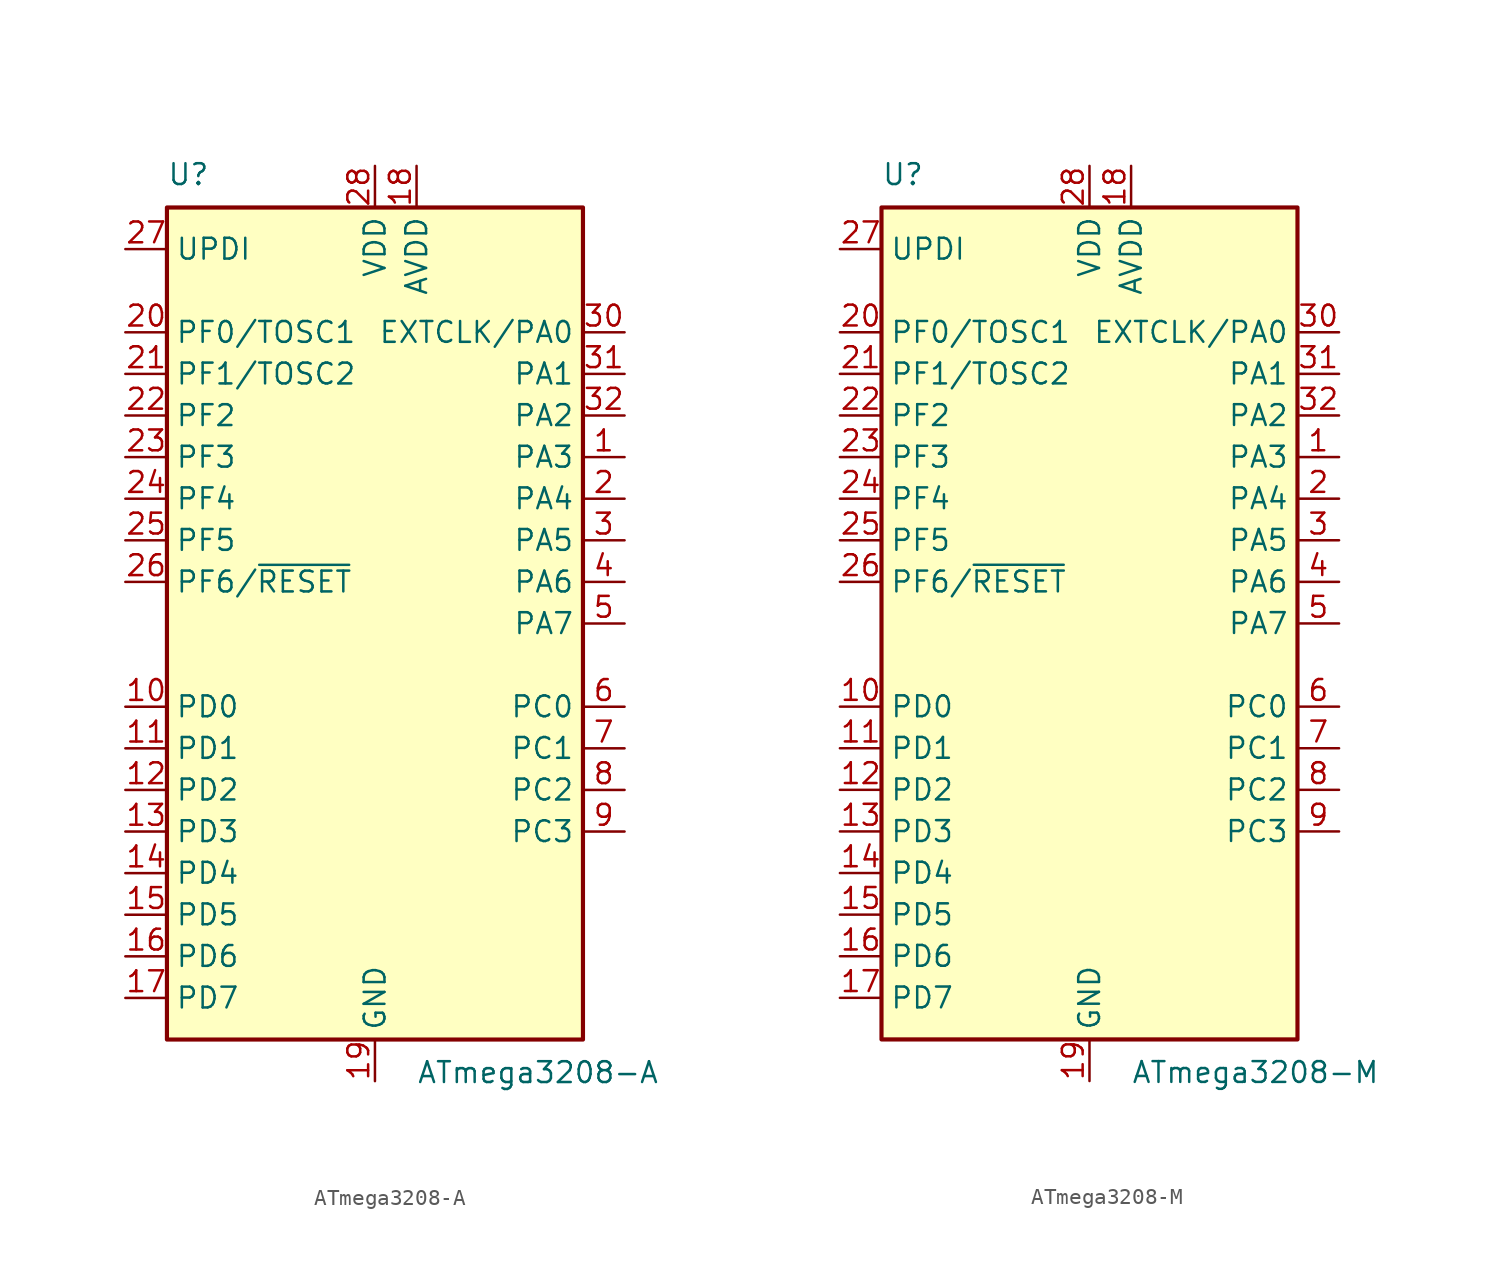
<source format=kicad_sym>
(kicad_symbol_lib
  (version 20201005)
  (generator kicad_symbol_editor)
  (symbol "MCU_Microchip_ATmega:ATmega3208-A"
    (property "Reference" "U"
      (at -12.7 26.67 0)
      (effects (font (size 1.27 1.27)) (justify left bottom)))
    (property "Value" "ATmega3208-A"
      (at 2.54 -26.67 0)
      (effects (font (size 1.27 1.27)) (justify left top)))
    (symbol "ATmega3208-A_0_1"
      (rectangle (start -12.7 -25.4) (end 12.7 25.4) (stroke (width 0.254)) (fill (type background))))
    (symbol "ATmega3208-A_1_1"
      (pin bidirectional line (at 15.24 10.16 180) (length 2.54) (name "PA3" (effects (font (size 1.27 1.27)))) (number "1" (effects (font (size 1.27 1.27)))))
      (pin bidirectional line (at -15.24 -5.08 0) (length 2.54) (name "PD0" (effects (font (size 1.27 1.27)))) (number "10" (effects (font (size 1.27 1.27)))))
      (pin bidirectional line (at -15.24 -7.62 0) (length 2.54) (name "PD1" (effects (font (size 1.27 1.27)))) (number "11" (effects (font (size 1.27 1.27)))))
      (pin bidirectional line (at -15.24 -10.16 0) (length 2.54) (name "PD2" (effects (font (size 1.27 1.27)))) (number "12" (effects (font (size 1.27 1.27)))))
      (pin bidirectional line (at -15.24 -12.7 0) (length 2.54) (name "PD3" (effects (font (size 1.27 1.27)))) (number "13" (effects (font (size 1.27 1.27)))))
      (pin bidirectional line (at -15.24 -15.24 0) (length 2.54) (name "PD4" (effects (font (size 1.27 1.27)))) (number "14" (effects (font (size 1.27 1.27)))))
      (pin bidirectional line (at -15.24 -17.78 0) (length 2.54) (name "PD5" (effects (font (size 1.27 1.27)))) (number "15" (effects (font (size 1.27 1.27)))))
      (pin bidirectional line (at -15.24 -20.32 0) (length 2.54) (name "PD6" (effects (font (size 1.27 1.27)))) (number "16" (effects (font (size 1.27 1.27)))))
      (pin bidirectional line (at -15.24 -22.86 0) (length 2.54) (name "PD7" (effects (font (size 1.27 1.27)))) (number "17" (effects (font (size 1.27 1.27)))))
      (pin power_in line (at 2.54 27.94 270) (length 2.54) (name "AVDD" (effects (font (size 1.27 1.27)))) (number "18" (effects (font (size 1.27 1.27)))))
      (pin power_in line (at 0 -27.94 90) (length 2.54) (name "GND" (effects (font (size 1.27 1.27)))) (number "19" (effects (font (size 1.27 1.27)))))
      (pin bidirectional line (at 15.24 7.62 180) (length 2.54) (name "PA4" (effects (font (size 1.27 1.27)))) (number "2" (effects (font (size 1.27 1.27)))))
      (pin bidirectional line (at -15.24 17.78 0) (length 2.54) (name "PF0/TOSC1" (effects (font (size 1.27 1.27)))) (number "20" (effects (font (size 1.27 1.27)))))
      (pin bidirectional line (at -15.24 15.24 0) (length 2.54) (name "PF1/TOSC2" (effects (font (size 1.27 1.27)))) (number "21" (effects (font (size 1.27 1.27)))))
      (pin bidirectional line (at -15.24 12.7 0) (length 2.54) (name "PF2" (effects (font (size 1.27 1.27)))) (number "22" (effects (font (size 1.27 1.27)))))
      (pin bidirectional line (at -15.24 10.16 0) (length 2.54) (name "PF3" (effects (font (size 1.27 1.27)))) (number "23" (effects (font (size 1.27 1.27)))))
      (pin bidirectional line (at -15.24 7.62 0) (length 2.54) (name "PF4" (effects (font (size 1.27 1.27)))) (number "24" (effects (font (size 1.27 1.27)))))
      (pin bidirectional line (at -15.24 5.08 0) (length 2.54) (name "PF5" (effects (font (size 1.27 1.27)))) (number "25" (effects (font (size 1.27 1.27)))))
      (pin bidirectional line (at -15.24 2.54 0) (length 2.54) (name "PF6/~RESET" (effects (font (size 1.27 1.27)))) (number "26" (effects (font (size 1.27 1.27)))))
      (pin bidirectional line (at -15.24 22.86 0) (length 2.54) (name "UPDI" (effects (font (size 1.27 1.27)))) (number "27" (effects (font (size 1.27 1.27)))))
      (pin power_in line (at 0 27.94 270) (length 2.54) (name "VDD" (effects (font (size 1.27 1.27)))) (number "28" (effects (font (size 1.27 1.27)))))
      (pin passive line (at 0 -27.94 90) (length 2.54) hide (name "GND" (effects (font (size 1.27 1.27)))) (number "29" (effects (font (size 1.27 1.27)))))
      (pin bidirectional line (at 15.24 5.08 180) (length 2.54) (name "PA5" (effects (font (size 1.27 1.27)))) (number "3" (effects (font (size 1.27 1.27)))))
      (pin bidirectional line (at 15.24 17.78 180) (length 2.54) (name "EXTCLK/PA0" (effects (font (size 1.27 1.27)))) (number "30" (effects (font (size 1.27 1.27)))))
      (pin bidirectional line (at 15.24 15.24 180) (length 2.54) (name "PA1" (effects (font (size 1.27 1.27)))) (number "31" (effects (font (size 1.27 1.27)))))
      (pin bidirectional line (at 15.24 12.7 180) (length 2.54) (name "PA2" (effects (font (size 1.27 1.27)))) (number "32" (effects (font (size 1.27 1.27)))))
      (pin bidirectional line (at 15.24 2.54 180) (length 2.54) (name "PA6" (effects (font (size 1.27 1.27)))) (number "4" (effects (font (size 1.27 1.27)))))
      (pin bidirectional line (at 15.24 0 180) (length 2.54) (name "PA7" (effects (font (size 1.27 1.27)))) (number "5" (effects (font (size 1.27 1.27)))))
      (pin bidirectional line (at 15.24 -5.08 180) (length 2.54) (name "PC0" (effects (font (size 1.27 1.27)))) (number "6" (effects (font (size 1.27 1.27)))))
      (pin bidirectional line (at 15.24 -7.62 180) (length 2.54) (name "PC1" (effects (font (size 1.27 1.27)))) (number "7" (effects (font (size 1.27 1.27)))))
      (pin bidirectional line (at 15.24 -10.16 180) (length 2.54) (name "PC2" (effects (font (size 1.27 1.27)))) (number "8" (effects (font (size 1.27 1.27)))))
      (pin bidirectional line (at 15.24 -12.7 180) (length 2.54) (name "PC3" (effects (font (size 1.27 1.27)))) (number "9" (effects (font (size 1.27 1.27)))))))
  (symbol "MCU_Microchip_ATmega:ATmega3208-M"
    (property "Reference" "U"
      (at -12.7 26.67 0)
      (effects (font (size 1.27 1.27)) (justify left bottom)))
    (property "Value" "ATmega3208-M"
      (at 2.54 -26.67 0)
      (effects (font (size 1.27 1.27)) (justify left top)))
    (symbol "ATmega3208-M_0_1"
      (rectangle (start -12.7 -25.4) (end 12.7 25.4) (stroke (width 0.254)) (fill (type background))))
    (symbol "ATmega3208-M_1_1"
      (pin bidirectional line (at 15.24 10.16 180) (length 2.54) (name "PA3" (effects (font (size 1.27 1.27)))) (number "1" (effects (font (size 1.27 1.27)))))
      (pin bidirectional line (at -15.24 -5.08 0) (length 2.54) (name "PD0" (effects (font (size 1.27 1.27)))) (number "10" (effects (font (size 1.27 1.27)))))
      (pin bidirectional line (at -15.24 -7.62 0) (length 2.54) (name "PD1" (effects (font (size 1.27 1.27)))) (number "11" (effects (font (size 1.27 1.27)))))
      (pin bidirectional line (at -15.24 -10.16 0) (length 2.54) (name "PD2" (effects (font (size 1.27 1.27)))) (number "12" (effects (font (size 1.27 1.27)))))
      (pin bidirectional line (at -15.24 -12.7 0) (length 2.54) (name "PD3" (effects (font (size 1.27 1.27)))) (number "13" (effects (font (size 1.27 1.27)))))
      (pin bidirectional line (at -15.24 -15.24 0) (length 2.54) (name "PD4" (effects (font (size 1.27 1.27)))) (number "14" (effects (font (size 1.27 1.27)))))
      (pin bidirectional line (at -15.24 -17.78 0) (length 2.54) (name "PD5" (effects (font (size 1.27 1.27)))) (number "15" (effects (font (size 1.27 1.27)))))
      (pin bidirectional line (at -15.24 -20.32 0) (length 2.54) (name "PD6" (effects (font (size 1.27 1.27)))) (number "16" (effects (font (size 1.27 1.27)))))
      (pin bidirectional line (at -15.24 -22.86 0) (length 2.54) (name "PD7" (effects (font (size 1.27 1.27)))) (number "17" (effects (font (size 1.27 1.27)))))
      (pin power_in line (at 2.54 27.94 270) (length 2.54) (name "AVDD" (effects (font (size 1.27 1.27)))) (number "18" (effects (font (size 1.27 1.27)))))
      (pin power_in line (at 0 -27.94 90) (length 2.54) (name "GND" (effects (font (size 1.27 1.27)))) (number "19" (effects (font (size 1.27 1.27)))))
      (pin bidirectional line (at 15.24 7.62 180) (length 2.54) (name "PA4" (effects (font (size 1.27 1.27)))) (number "2" (effects (font (size 1.27 1.27)))))
      (pin bidirectional line (at -15.24 17.78 0) (length 2.54) (name "PF0/TOSC1" (effects (font (size 1.27 1.27)))) (number "20" (effects (font (size 1.27 1.27)))))
      (pin bidirectional line (at -15.24 15.24 0) (length 2.54) (name "PF1/TOSC2" (effects (font (size 1.27 1.27)))) (number "21" (effects (font (size 1.27 1.27)))))
      (pin bidirectional line (at -15.24 12.7 0) (length 2.54) (name "PF2" (effects (font (size 1.27 1.27)))) (number "22" (effects (font (size 1.27 1.27)))))
      (pin bidirectional line (at -15.24 10.16 0) (length 2.54) (name "PF3" (effects (font (size 1.27 1.27)))) (number "23" (effects (font (size 1.27 1.27)))))
      (pin bidirectional line (at -15.24 7.62 0) (length 2.54) (name "PF4" (effects (font (size 1.27 1.27)))) (number "24" (effects (font (size 1.27 1.27)))))
      (pin bidirectional line (at -15.24 5.08 0) (length 2.54) (name "PF5" (effects (font (size 1.27 1.27)))) (number "25" (effects (font (size 1.27 1.27)))))
      (pin bidirectional line (at -15.24 2.54 0) (length 2.54) (name "PF6/~RESET" (effects (font (size 1.27 1.27)))) (number "26" (effects (font (size 1.27 1.27)))))
      (pin bidirectional line (at -15.24 22.86 0) (length 2.54) (name "UPDI" (effects (font (size 1.27 1.27)))) (number "27" (effects (font (size 1.27 1.27)))))
      (pin power_in line (at 0 27.94 270) (length 2.54) (name "VDD" (effects (font (size 1.27 1.27)))) (number "28" (effects (font (size 1.27 1.27)))))
      (pin passive line (at 0 -27.94 90) (length 2.54) hide (name "GND" (effects (font (size 1.27 1.27)))) (number "29" (effects (font (size 1.27 1.27)))))
      (pin bidirectional line (at 15.24 5.08 180) (length 2.54) (name "PA5" (effects (font (size 1.27 1.27)))) (number "3" (effects (font (size 1.27 1.27)))))
      (pin bidirectional line (at 15.24 17.78 180) (length 2.54) (name "EXTCLK/PA0" (effects (font (size 1.27 1.27)))) (number "30" (effects (font (size 1.27 1.27)))))
      (pin bidirectional line (at 15.24 15.24 180) (length 2.54) (name "PA1" (effects (font (size 1.27 1.27)))) (number "31" (effects (font (size 1.27 1.27)))))
      (pin bidirectional line (at 15.24 12.7 180) (length 2.54) (name "PA2" (effects (font (size 1.27 1.27)))) (number "32" (effects (font (size 1.27 1.27)))))
      (pin passive line (at 0 -27.94 90) (length 2.54) hide (name "GND" (effects (font (size 1.27 1.27)))) (number "33" (effects (font (size 1.27 1.27)))))
      (pin bidirectional line (at 15.24 2.54 180) (length 2.54) (name "PA6" (effects (font (size 1.27 1.27)))) (number "4" (effects (font (size 1.27 1.27)))))
      (pin bidirectional line (at 15.24 0 180) (length 2.54) (name "PA7" (effects (font (size 1.27 1.27)))) (number "5" (effects (font (size 1.27 1.27)))))
      (pin bidirectional line (at 15.24 -5.08 180) (length 2.54) (name "PC0" (effects (font (size 1.27 1.27)))) (number "6" (effects (font (size 1.27 1.27)))))
      (pin bidirectional line (at 15.24 -7.62 180) (length 2.54) (name "PC1" (effects (font (size 1.27 1.27)))) (number "7" (effects (font (size 1.27 1.27)))))
      (pin bidirectional line (at 15.24 -10.16 180) (length 2.54) (name "PC2" (effects (font (size 1.27 1.27)))) (number "8" (effects (font (size 1.27 1.27)))))
      (pin bidirectional line (at 15.24 -12.7 180) (length 2.54) (name "PC3" (effects (font (size 1.27 1.27)))) (number "9" (effects (font (size 1.27 1.27))))))))
</source>
